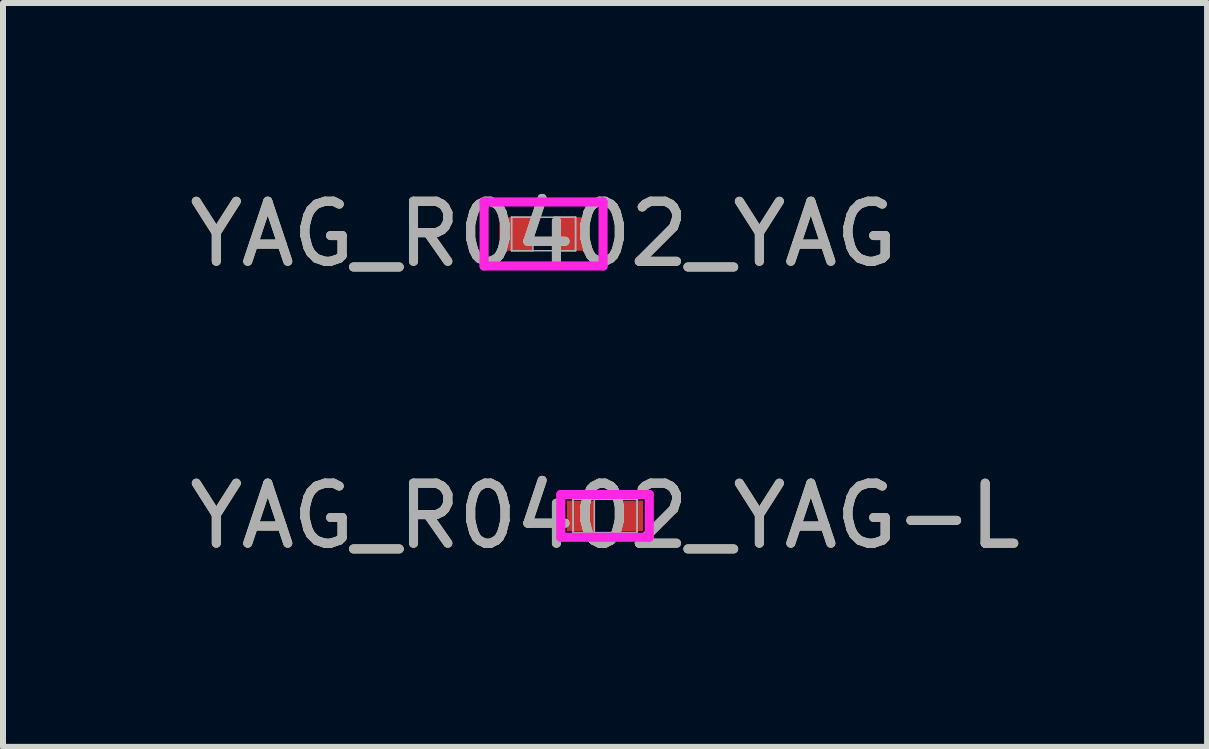
<source format=kicad_pcb>
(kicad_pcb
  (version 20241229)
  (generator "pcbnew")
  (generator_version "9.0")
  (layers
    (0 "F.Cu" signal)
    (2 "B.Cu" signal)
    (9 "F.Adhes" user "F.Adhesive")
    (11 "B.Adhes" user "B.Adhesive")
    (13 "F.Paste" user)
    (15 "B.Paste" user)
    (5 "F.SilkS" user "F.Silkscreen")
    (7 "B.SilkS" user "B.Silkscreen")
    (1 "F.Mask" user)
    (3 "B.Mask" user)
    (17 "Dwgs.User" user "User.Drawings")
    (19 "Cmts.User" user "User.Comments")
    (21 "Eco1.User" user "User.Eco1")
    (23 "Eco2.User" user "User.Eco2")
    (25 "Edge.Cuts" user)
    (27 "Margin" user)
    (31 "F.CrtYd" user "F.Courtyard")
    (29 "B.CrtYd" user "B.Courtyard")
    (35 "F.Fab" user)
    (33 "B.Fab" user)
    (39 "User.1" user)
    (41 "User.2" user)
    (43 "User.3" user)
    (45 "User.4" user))
  (footprint "YAG_R0402_YAG-L"
    (layer "F.Cu")
    (at 7.03 5.545)
    (property "Reference" "YAG_R0402_YAG-L" (at 0 0 0) (unlocked yes) (layer "F.SilkS") (effects (font (size 1 1) (thickness 0.15))))
    (attr smd)
    (fp_line (start -0.737 -0.356) (end 0.737 -0.356) (stroke (width 0.152) (type solid)) (layer "F.CrtYd"))
    (fp_line (start -0.737 0.356) (end -0.737 -0.356) (stroke (width 0.152) (type solid)) (layer "F.CrtYd"))
    (fp_line (start 0.737 -0.356) (end 0.737 0.356) (stroke (width 0.152) (type solid)) (layer "F.CrtYd"))
    (fp_line (start 0.737 0.356) (end -0.737 0.356) (stroke (width 0.152) (type solid)) (layer "F.CrtYd"))
    (fp_line (start -0.533 -0.279) (end -0.533 0.279) (stroke (width 0.025) (type solid)) (layer "F.Fab"))
    (fp_line (start -0.533 -0.279) (end -0.533 0.279) (stroke (width 0.025) (type solid)) (layer "F.Fab"))
    (fp_line (start -0.533 0.279) (end -0.178 0.279) (stroke (width 0.025) (type solid)) (layer "F.Fab"))
    (fp_line (start -0.533 0.279) (end 0.533 0.279) (stroke (width 0.025) (type solid)) (layer "F.Fab"))
    (fp_line (start -0.178 -0.279) (end -0.533 -0.279) (stroke (width 0.025) (type solid)) (layer "F.Fab"))
    (fp_line (start -0.178 0.279) (end -0.178 -0.279) (stroke (width 0.025) (type solid)) (layer "F.Fab"))
    (fp_line (start 0.178 -0.279) (end 0.178 0.279) (stroke (width 0.025) (type solid)) (layer "F.Fab"))
    (fp_line (start 0.178 0.279) (end 0.533 0.279) (stroke (width 0.025) (type solid)) (layer "F.Fab"))
    (fp_line (start 0.533 -0.279) (end -0.533 -0.279) (stroke (width 0.025) (type solid)) (layer "F.Fab"))
    (fp_line (start 0.533 -0.279) (end 0.178 -0.279) (stroke (width 0.025) (type solid)) (layer "F.Fab"))
    (fp_line (start 0.533 0.279) (end 0.533 -0.279) (stroke (width 0.025) (type solid)) (layer "F.Fab"))
    (fp_line (start 0.533 0.279) (end 0.533 -0.279) (stroke (width 0.025) (type solid)) (layer "F.Fab"))
    (fp_text user "${REFERENCE}" (at 0 0 0) (unlocked yes) (layer "F.Fab") (effects (font (size 1 1) (thickness 0.15))))
    (pad "1" smd rect (at -0.406 0) (size 0.457 0.508) (layers "F.Cu" "F.Mask" "F.Paste"))
    (pad "2" smd rect (at 0.406 0) (size 0.457 0.508) (layers "F.Cu" "F.Mask" "F.Paste"))
    (zone (net_name "") (layer "F.Cu") (hatch full 0.508) (connect_pads) (min_thickness 0.254) (filled_areas_thickness no) (keepout (tracks not_allowed) (vias not_allowed) (pads allowed) (copperpour not_allowed) (footprints allowed)) (placement (enabled no)) (fill) (polygon (pts (xy 6.903 5.316) (xy 7.157 5.316) (xy 7.157 5.773) (xy 6.903 5.773)))))
  (footprint "YAG_R0402_YAG"
    (layer "F.Cu")
    (at 6.006 0.848)
    (property "Reference" "YAG_R0402_YAG" (at 0 0 0) (unlocked yes) (layer "F.SilkS") (effects (font (size 1 1) (thickness 0.15))))
    (attr smd)
    (fp_line (start -0.991 -0.533) (end 0.991 -0.533) (stroke (width 0.152) (type solid)) (layer "F.CrtYd"))
    (fp_line (start -0.991 0.533) (end -0.991 -0.533) (stroke (width 0.152) (type solid)) (layer "F.CrtYd"))
    (fp_line (start 0.991 -0.533) (end 0.991 0.533) (stroke (width 0.152) (type solid)) (layer "F.CrtYd"))
    (fp_line (start 0.991 0.533) (end -0.991 0.533) (stroke (width 0.152) (type solid)) (layer "F.CrtYd"))
    (fp_line (start -0.533 -0.279) (end -0.533 0.279) (stroke (width 0.025) (type solid)) (layer "F.Fab"))
    (fp_line (start -0.533 -0.279) (end -0.533 0.279) (stroke (width 0.025) (type solid)) (layer "F.Fab"))
    (fp_line (start -0.533 0.279) (end -0.178 0.279) (stroke (width 0.025) (type solid)) (layer "F.Fab"))
    (fp_line (start -0.533 0.279) (end 0.533 0.279) (stroke (width 0.025) (type solid)) (layer "F.Fab"))
    (fp_line (start -0.178 -0.279) (end -0.533 -0.279) (stroke (width 0.025) (type solid)) (layer "F.Fab"))
    (fp_line (start -0.178 0.279) (end -0.178 -0.279) (stroke (width 0.025) (type solid)) (layer "F.Fab"))
    (fp_line (start 0.178 -0.279) (end 0.178 0.279) (stroke (width 0.025) (type solid)) (layer "F.Fab"))
    (fp_line (start 0.178 0.279) (end 0.533 0.279) (stroke (width 0.025) (type solid)) (layer "F.Fab"))
    (fp_line (start 0.533 -0.279) (end -0.533 -0.279) (stroke (width 0.025) (type solid)) (layer "F.Fab"))
    (fp_line (start 0.533 -0.279) (end 0.178 -0.279) (stroke (width 0.025) (type solid)) (layer "F.Fab"))
    (fp_line (start 0.533 0.279) (end 0.533 -0.279) (stroke (width 0.025) (type solid)) (layer "F.Fab"))
    (fp_line (start 0.533 0.279) (end 0.533 -0.279) (stroke (width 0.025) (type solid)) (layer "F.Fab"))
    (fp_text user "${REFERENCE}" (at 0 0 0) (unlocked yes) (layer "F.Fab") (effects (font (size 1 1) (thickness 0.15))))
    (pad "1" smd rect (at -0.457 0) (size 0.559 0.559) (layers "F.Cu" "F.Mask" "F.Paste"))
    (pad "2" smd rect (at 0.457 0) (size 0.559 0.559) (layers "F.Cu" "F.Mask" "F.Paste"))
    (zone (net_name "") (layer "F.Cu") (hatch full 0.508) (connect_pads) (min_thickness 0.254) (filled_areas_thickness no) (keepout (tracks not_allowed) (vias not_allowed) (pads allowed) (copperpour not_allowed) (footprints allowed)) (placement (enabled no)) (fill) (polygon (pts (xy 5.879 0.62) (xy 6.133 0.62) (xy 6.133 1.077) (xy 5.879 1.077)))))
  (gr_rect
    (start -3 -3)
    (end 17.06 9.393)
    (stroke (width 0.1) (type default))
    (fill no)
    (layer "Edge.Cuts")))
</source>
